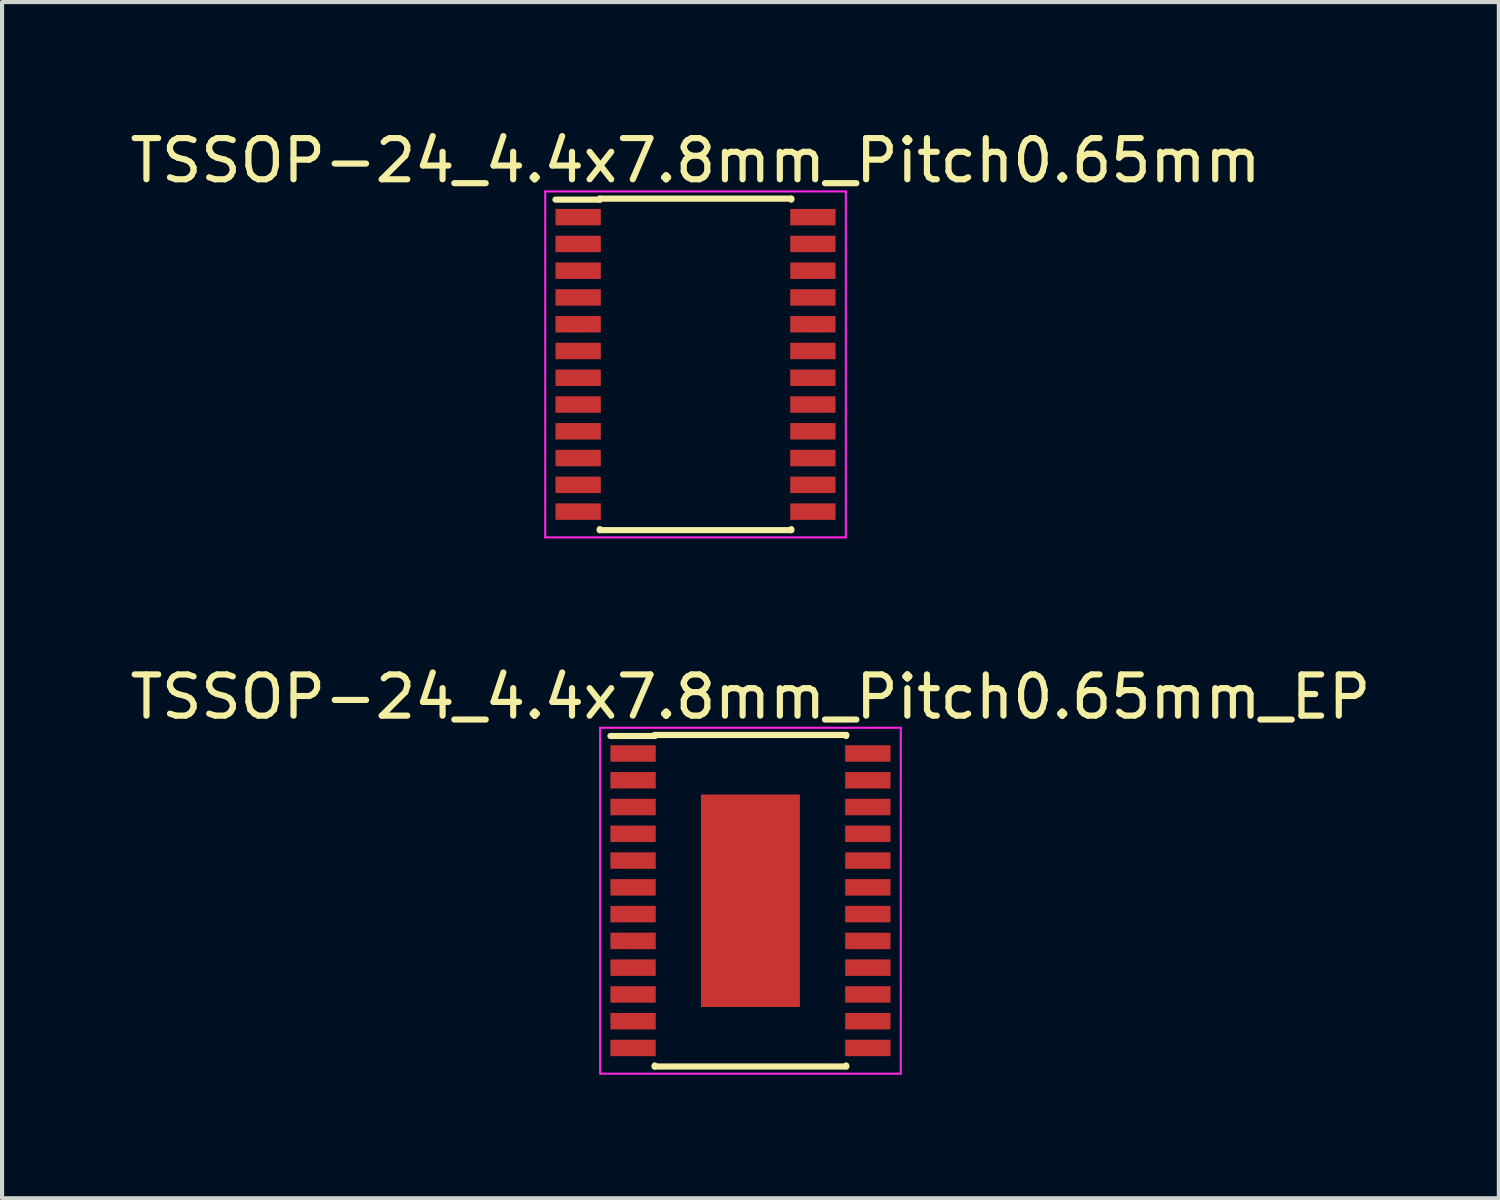
<source format=kicad_pcb>
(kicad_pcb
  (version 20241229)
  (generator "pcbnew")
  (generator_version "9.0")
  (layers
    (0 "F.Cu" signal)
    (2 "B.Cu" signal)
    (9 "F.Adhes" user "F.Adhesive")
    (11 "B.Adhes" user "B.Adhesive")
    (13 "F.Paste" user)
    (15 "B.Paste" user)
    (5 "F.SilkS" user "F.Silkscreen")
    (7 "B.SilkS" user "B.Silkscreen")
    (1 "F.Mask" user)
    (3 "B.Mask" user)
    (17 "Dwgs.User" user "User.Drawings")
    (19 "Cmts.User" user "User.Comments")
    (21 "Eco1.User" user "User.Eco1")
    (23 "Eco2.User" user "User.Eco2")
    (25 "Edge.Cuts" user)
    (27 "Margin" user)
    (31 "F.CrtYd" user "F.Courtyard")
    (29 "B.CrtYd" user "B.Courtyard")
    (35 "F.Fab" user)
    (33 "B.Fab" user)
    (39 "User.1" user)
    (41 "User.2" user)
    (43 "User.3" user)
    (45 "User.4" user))
  (footprint "TSSOP-24_4.4x7.8mm_Pitch0.65mm"
    (layer "F.Cu")
    (at 13.839 5.798)
    (property "Reference" "TSSOP-24_4.4x7.8mm_Pitch0.65mm" (at 0 -4.95 0) (layer "F.SilkS") (effects (font (size 1 1) (thickness 0.15))))
    (attr smd)
    (fp_line (start -2.325 -4.025) (end -2.325 -4) (stroke (width 0.15) (type solid)) (layer "F.SilkS"))
    (fp_line (start -2.325 -4.025) (end 2.325 -4.025) (stroke (width 0.15) (type solid)) (layer "F.SilkS"))
    (fp_line (start -2.325 -4) (end -3.4 -4) (stroke (width 0.15) (type solid)) (layer "F.SilkS"))
    (fp_line (start -2.325 4.025) (end -2.325 4) (stroke (width 0.15) (type solid)) (layer "F.SilkS"))
    (fp_line (start -2.325 4.025) (end 2.325 4.025) (stroke (width 0.15) (type solid)) (layer "F.SilkS"))
    (fp_line (start 2.325 -4.025) (end 2.325 -4) (stroke (width 0.15) (type solid)) (layer "F.SilkS"))
    (fp_line (start 2.325 4.025) (end 2.325 4) (stroke (width 0.15) (type solid)) (layer "F.SilkS"))
    (fp_line (start -3.65 -4.2) (end -3.65 4.2) (stroke (width 0.05) (type solid)) (layer "F.CrtYd"))
    (fp_line (start -3.65 -4.2) (end 3.65 -4.2) (stroke (width 0.05) (type solid)) (layer "F.CrtYd"))
    (fp_line (start -3.65 4.2) (end 3.65 4.2) (stroke (width 0.05) (type solid)) (layer "F.CrtYd"))
    (fp_line (start 3.65 -4.2) (end 3.65 4.2) (stroke (width 0.05) (type solid)) (layer "F.CrtYd"))
    (pad "1" smd rect (at -2.85 -3.575) (size 1.1 0.4) (layers "F.Cu" "F.Mask" "F.Paste"))
    (pad "2" smd rect (at -2.85 -2.925) (size 1.1 0.4) (layers "F.Cu" "F.Mask" "F.Paste"))
    (pad "3" smd rect (at -2.85 -2.275) (size 1.1 0.4) (layers "F.Cu" "F.Mask" "F.Paste"))
    (pad "4" smd rect (at -2.85 -1.625) (size 1.1 0.4) (layers "F.Cu" "F.Mask" "F.Paste"))
    (pad "5" smd rect (at -2.85 -0.975) (size 1.1 0.4) (layers "F.Cu" "F.Mask" "F.Paste"))
    (pad "6" smd rect (at -2.85 -0.325) (size 1.1 0.4) (layers "F.Cu" "F.Mask" "F.Paste"))
    (pad "7" smd rect (at -2.85 0.325) (size 1.1 0.4) (layers "F.Cu" "F.Mask" "F.Paste"))
    (pad "8" smd rect (at -2.85 0.975) (size 1.1 0.4) (layers "F.Cu" "F.Mask" "F.Paste"))
    (pad "9" smd rect (at -2.85 1.625) (size 1.1 0.4) (layers "F.Cu" "F.Mask" "F.Paste"))
    (pad "10" smd rect (at -2.85 2.275) (size 1.1 0.4) (layers "F.Cu" "F.Mask" "F.Paste"))
    (pad "11" smd rect (at -2.85 2.925) (size 1.1 0.4) (layers "F.Cu" "F.Mask" "F.Paste"))
    (pad "12" smd rect (at -2.85 3.575) (size 1.1 0.4) (layers "F.Cu" "F.Mask" "F.Paste"))
    (pad "13" smd rect (at 2.85 3.575) (size 1.1 0.4) (layers "F.Cu" "F.Mask" "F.Paste"))
    (pad "14" smd rect (at 2.85 2.925) (size 1.1 0.4) (layers "F.Cu" "F.Mask" "F.Paste"))
    (pad "15" smd rect (at 2.85 2.275) (size 1.1 0.4) (layers "F.Cu" "F.Mask" "F.Paste"))
    (pad "16" smd rect (at 2.85 1.625) (size 1.1 0.4) (layers "F.Cu" "F.Mask" "F.Paste"))
    (pad "17" smd rect (at 2.85 0.975) (size 1.1 0.4) (layers "F.Cu" "F.Mask" "F.Paste"))
    (pad "18" smd rect (at 2.85 0.325) (size 1.1 0.4) (layers "F.Cu" "F.Mask" "F.Paste"))
    (pad "19" smd rect (at 2.85 -0.325) (size 1.1 0.4) (layers "F.Cu" "F.Mask" "F.Paste"))
    (pad "20" smd rect (at 2.85 -0.975) (size 1.1 0.4) (layers "F.Cu" "F.Mask" "F.Paste"))
    (pad "21" smd rect (at 2.85 -1.625) (size 1.1 0.4) (layers "F.Cu" "F.Mask" "F.Paste"))
    (pad "22" smd rect (at 2.85 -2.275) (size 1.1 0.4) (layers "F.Cu" "F.Mask" "F.Paste"))
    (pad "23" smd rect (at 2.85 -2.925) (size 1.1 0.4) (layers "F.Cu" "F.Mask" "F.Paste"))
    (pad "24" smd rect (at 2.85 -3.575) (size 1.1 0.4) (layers "F.Cu" "F.Mask" "F.Paste")))
  (footprint "TSSOP-24_4.4x7.8mm_Pitch0.65mm_EP"
    (layer "F.Cu")
    (at 15.173 18.822)
    (property "Reference" "TSSOP-24_4.4x7.8mm_Pitch0.65mm_EP" (at 0 -4.95 0) (layer "F.SilkS") (effects (font (size 1 1) (thickness 0.15))))
    (attr smd)
    (fp_line (start -2.325 -4.025) (end -2.325 -4) (stroke (width 0.15) (type solid)) (layer "F.SilkS"))
    (fp_line (start -2.325 -4.025) (end 2.325 -4.025) (stroke (width 0.15) (type solid)) (layer "F.SilkS"))
    (fp_line (start -2.325 -4) (end -3.4 -4) (stroke (width 0.15) (type solid)) (layer "F.SilkS"))
    (fp_line (start -2.325 4.025) (end -2.325 4) (stroke (width 0.15) (type solid)) (layer "F.SilkS"))
    (fp_line (start -2.325 4.025) (end 2.325 4.025) (stroke (width 0.15) (type solid)) (layer "F.SilkS"))
    (fp_line (start 2.325 -4.025) (end 2.325 -4) (stroke (width 0.15) (type solid)) (layer "F.SilkS"))
    (fp_line (start 2.325 4.025) (end 2.325 4) (stroke (width 0.15) (type solid)) (layer "F.SilkS"))
    (fp_line (start -3.65 -4.2) (end -3.65 4.2) (stroke (width 0.05) (type solid)) (layer "F.CrtYd"))
    (fp_line (start -3.65 -4.2) (end 3.65 -4.2) (stroke (width 0.05) (type solid)) (layer "F.CrtYd"))
    (fp_line (start -3.65 4.2) (end 3.65 4.2) (stroke (width 0.05) (type solid)) (layer "F.CrtYd"))
    (fp_line (start 3.65 -4.2) (end 3.65 4.2) (stroke (width 0.05) (type solid)) (layer "F.CrtYd"))
    (pad "1" smd rect (at -2.85 -3.575) (size 1.1 0.4) (layers "F.Cu" "F.Mask" "F.Paste"))
    (pad "2" smd rect (at -2.85 -2.925) (size 1.1 0.4) (layers "F.Cu" "F.Mask" "F.Paste"))
    (pad "3" smd rect (at -2.85 -2.275) (size 1.1 0.4) (layers "F.Cu" "F.Mask" "F.Paste"))
    (pad "4" smd rect (at -2.85 -1.625) (size 1.1 0.4) (layers "F.Cu" "F.Mask" "F.Paste"))
    (pad "5" smd rect (at -2.85 -0.975) (size 1.1 0.4) (layers "F.Cu" "F.Mask" "F.Paste"))
    (pad "6" smd rect (at -2.85 -0.325) (size 1.1 0.4) (layers "F.Cu" "F.Mask" "F.Paste"))
    (pad "7" smd rect (at -2.85 0.325) (size 1.1 0.4) (layers "F.Cu" "F.Mask" "F.Paste"))
    (pad "8" smd rect (at -2.85 0.975) (size 1.1 0.4) (layers "F.Cu" "F.Mask" "F.Paste"))
    (pad "9" smd rect (at -2.85 1.625) (size 1.1 0.4) (layers "F.Cu" "F.Mask" "F.Paste"))
    (pad "10" smd rect (at -2.85 2.275) (size 1.1 0.4) (layers "F.Cu" "F.Mask" "F.Paste"))
    (pad "11" smd rect (at -2.85 2.925) (size 1.1 0.4) (layers "F.Cu" "F.Mask" "F.Paste"))
    (pad "12" smd rect (at -2.85 3.575) (size 1.1 0.4) (layers "F.Cu" "F.Mask" "F.Paste"))
    (pad "13" smd rect (at 2.85 3.575) (size 1.1 0.4) (layers "F.Cu" "F.Mask" "F.Paste"))
    (pad "14" smd rect (at 2.85 2.925) (size 1.1 0.4) (layers "F.Cu" "F.Mask" "F.Paste"))
    (pad "15" smd rect (at 2.85 2.275) (size 1.1 0.4) (layers "F.Cu" "F.Mask" "F.Paste"))
    (pad "16" smd rect (at 2.85 1.625) (size 1.1 0.4) (layers "F.Cu" "F.Mask" "F.Paste"))
    (pad "17" smd rect (at 2.85 0.975) (size 1.1 0.4) (layers "F.Cu" "F.Mask" "F.Paste"))
    (pad "18" smd rect (at 2.85 0.325) (size 1.1 0.4) (layers "F.Cu" "F.Mask" "F.Paste"))
    (pad "19" smd rect (at 2.85 -0.325) (size 1.1 0.4) (layers "F.Cu" "F.Mask" "F.Paste"))
    (pad "20" smd rect (at 2.85 -0.975) (size 1.1 0.4) (layers "F.Cu" "F.Mask" "F.Paste"))
    (pad "21" smd rect (at 2.85 -1.625) (size 1.1 0.4) (layers "F.Cu" "F.Mask" "F.Paste"))
    (pad "22" smd rect (at 2.85 -2.275) (size 1.1 0.4) (layers "F.Cu" "F.Mask" "F.Paste"))
    (pad "23" smd rect (at 2.85 -2.925) (size 1.1 0.4) (layers "F.Cu" "F.Mask" "F.Paste"))
    (pad "24" smd rect (at 2.85 -3.575) (size 1.1 0.4) (layers "F.Cu" "F.Mask" "F.Paste"))
    (pad "EP" smd rect (at 0 0) (size 2.4 5.16) (layers "F.Cu" "F.Mask" "F.Paste")))
  (gr_rect
    (start -3 -3)
    (end 33.345 26.047)
    (stroke (width 0.1) (type default))
    (fill no)
    (layer "Edge.Cuts")))
</source>
